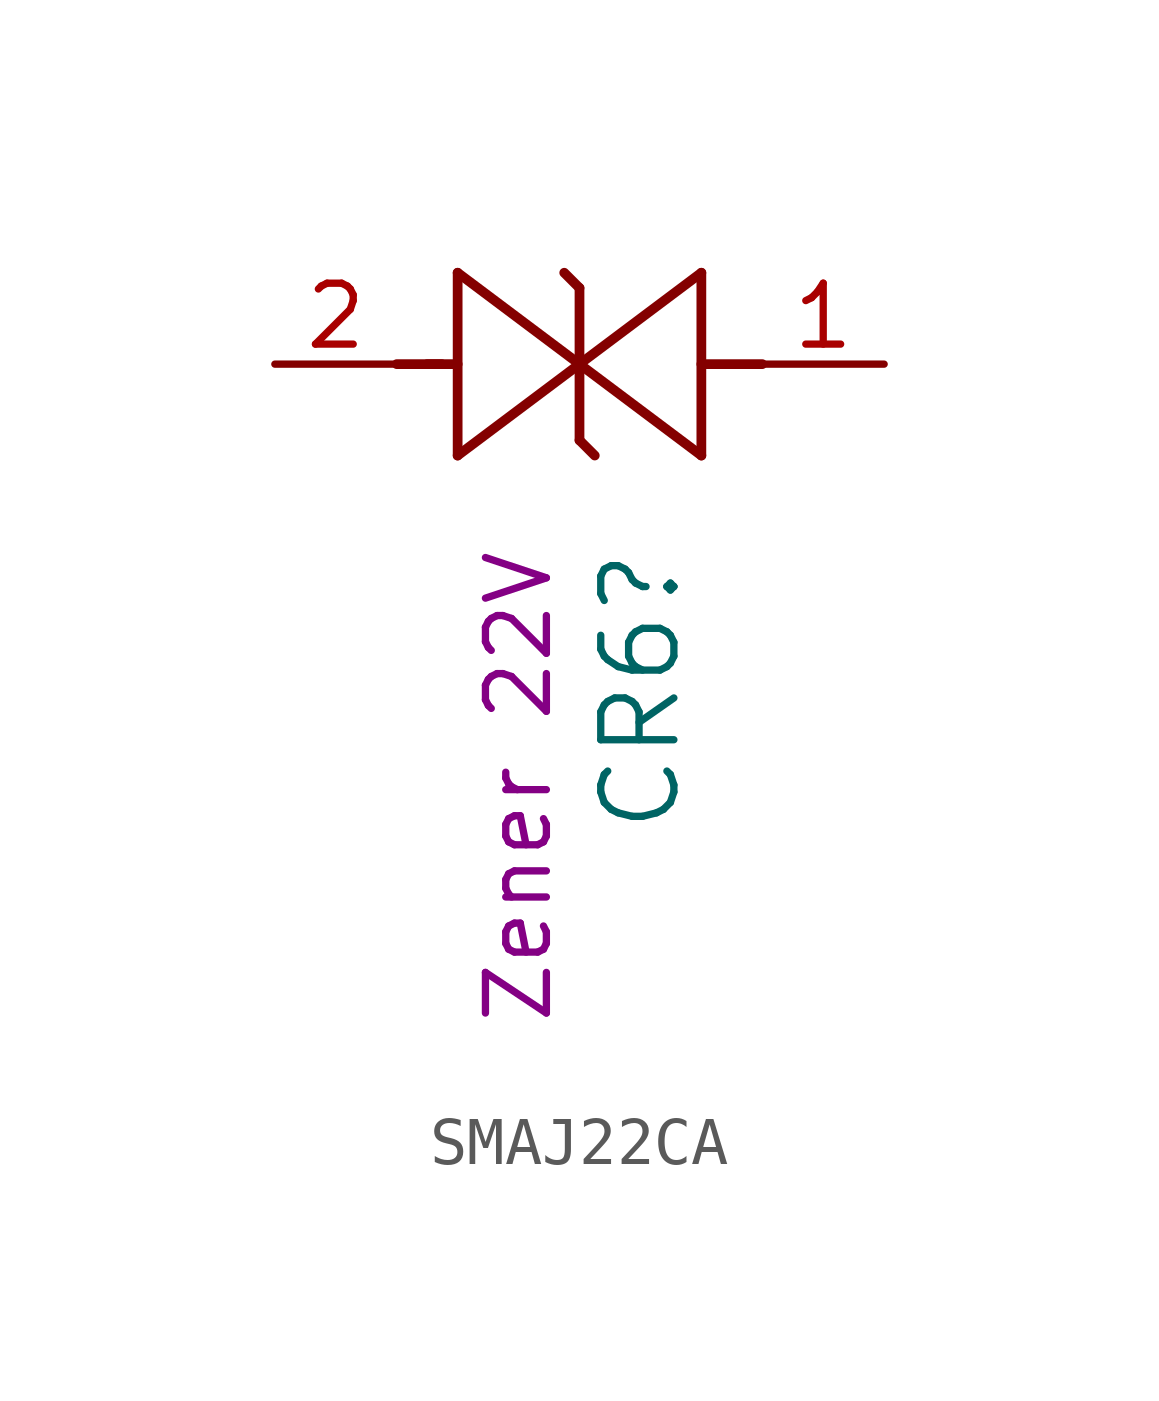
<source format=kicad_sym>
(kicad_symbol_lib
  (version 20231120)
  (generator "kicad_symbol_editor")
  (generator_version "8.0")
  (symbol "SMAJ22CA"
    (pin_names
      (offset 0.254))
    (property "Reference" "CR6"
      (at 7.62 -3.81 90)
      (effects (font (size 1.524 1.524)) (justify right)))
    (property "Zener" "Zener 22V"
      (at 5.08 -3.81 90)
      (effects (font (size 1.27 1.27)) (justify right)))
    (symbol "SMAJ22CA_0_1"
      (polyline (pts (xy 3.175 0) (xy 3.81 0)) (stroke (width 0.203) (type default)) (fill (type none)))
      (polyline (pts (xy 3.81 -1.905) (xy 6.35 0)) (stroke (width 0.203) (type default)) (fill (type none)))
      (polyline (pts (xy 3.81 1.905) (xy 3.81 -1.905)) (stroke (width 0.203) (type default)) (fill (type none)))
      (polyline (pts (xy 6.35 -1.587) (xy 6.668 -1.905)) (stroke (width 0.203) (type default)) (fill (type none)))
      (polyline (pts (xy 6.35 0) (xy 3.81 1.905)) (stroke (width 0.203) (type default)) (fill (type none)))
      (polyline (pts (xy 6.35 0) (xy 8.89 -1.905)) (stroke (width 0.203) (type default)) (fill (type none)))
      (polyline (pts (xy 6.35 1.587) (xy 6.032 1.905)) (stroke (width 0.203) (type default)) (fill (type none)))
      (polyline (pts (xy 6.35 1.587) (xy 6.35 -1.587)) (stroke (width 0.203) (type default)) (fill (type none)))
      (polyline (pts (xy 8.89 -1.905) (xy 8.89 1.905)) (stroke (width 0.203) (type default)) (fill (type none)))
      (polyline (pts (xy 8.89 0) (xy 10.16 0)) (stroke (width 0.203) (type default)) (fill (type none)))
      (polyline (pts (xy 8.89 1.905) (xy 6.35 0)) (stroke (width 0.203) (type default)) (fill (type none))))
    (symbol "SMAJ22CA_1_1"
      (polyline (pts (xy 2.54 0) (xy 3.48 0)) (stroke (width 0.203) (type default)) (fill (type none)))
      (pin passive line (at 12.7 0 180) (length 2.54) (name "" (effects (font (size 1.27 1.27)))) (number "1" (effects (font (size 1.27 1.27)))))
      (pin passive line (at 0 0 0) (length 2.54) (name "" (effects (font (size 1.27 1.27)))) (number "2" (effects (font (size 1.27 1.27))))))))
</source>
